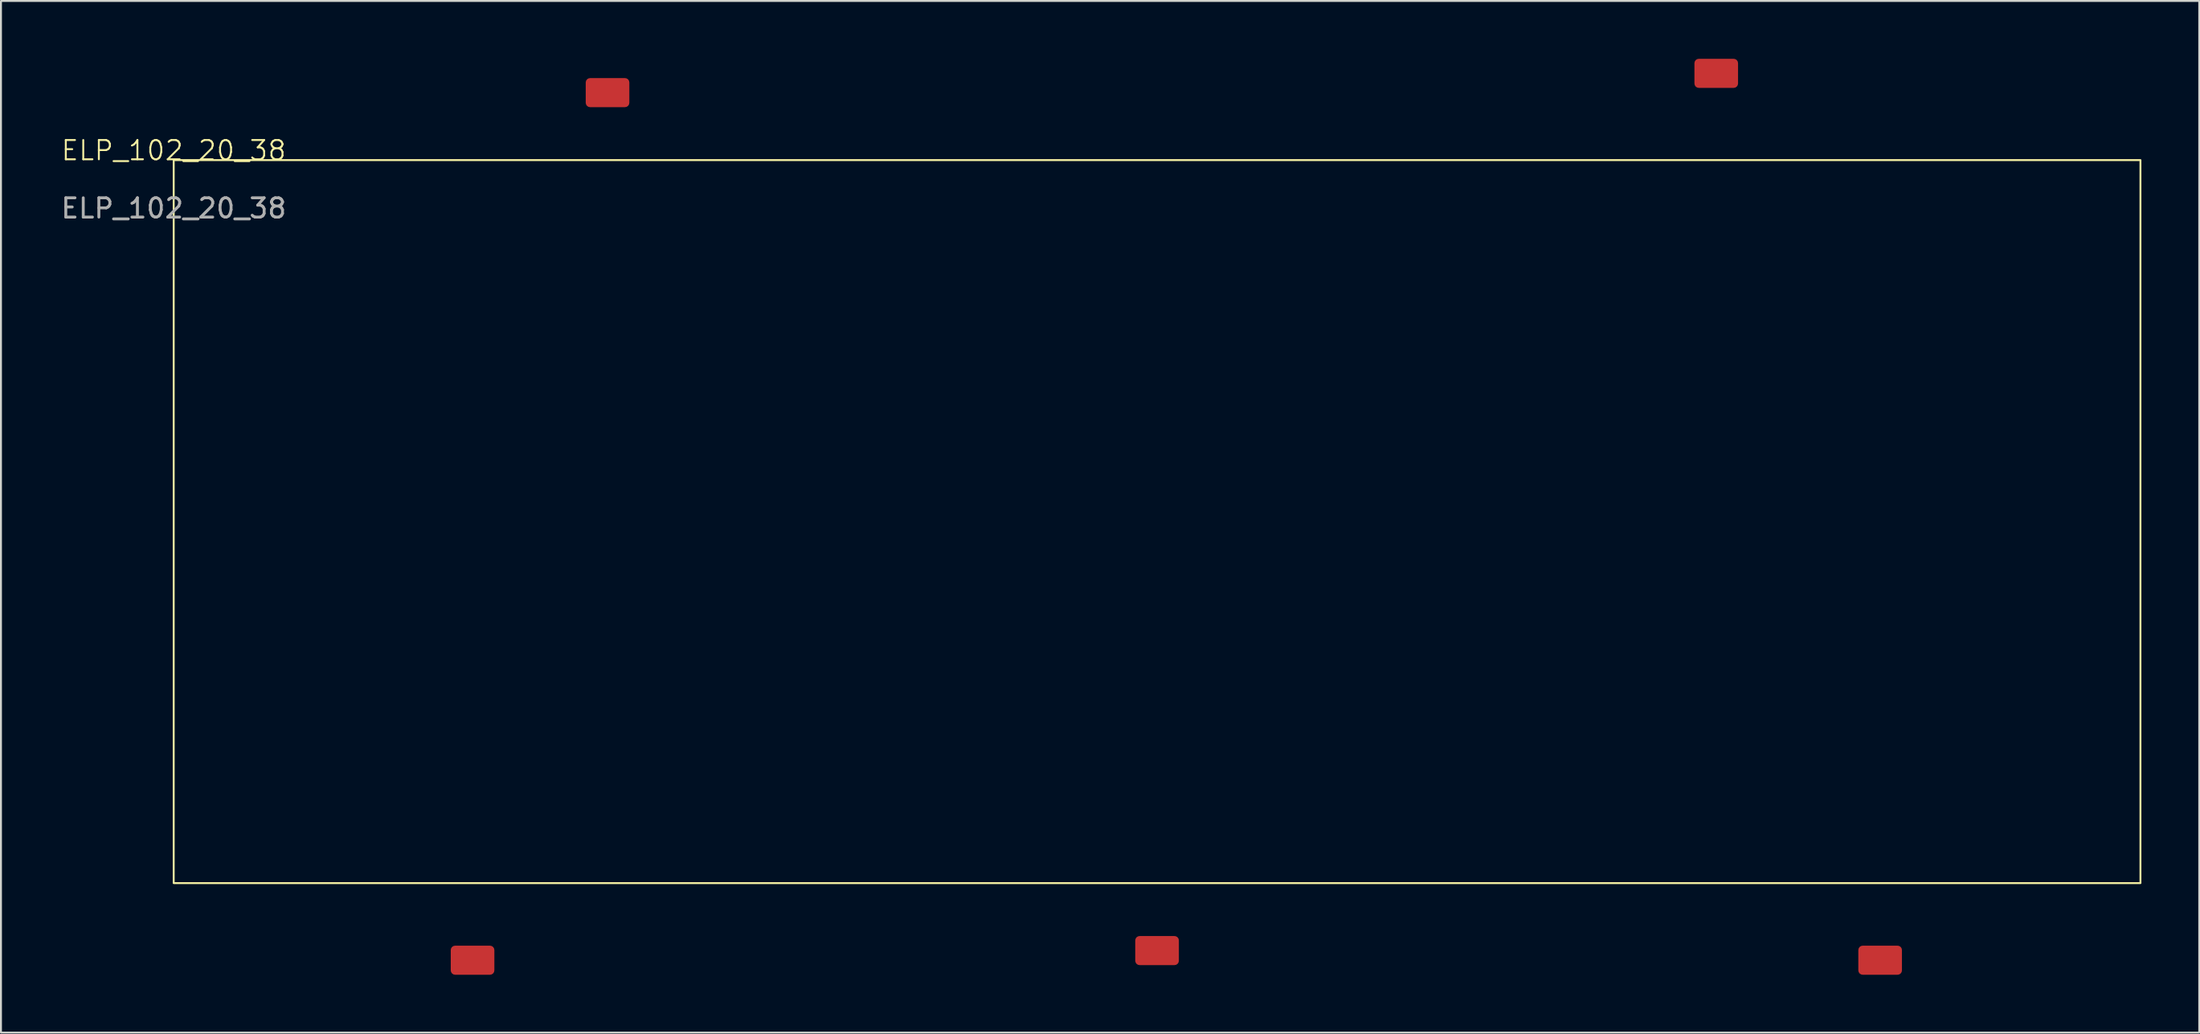
<source format=kicad_pcb>
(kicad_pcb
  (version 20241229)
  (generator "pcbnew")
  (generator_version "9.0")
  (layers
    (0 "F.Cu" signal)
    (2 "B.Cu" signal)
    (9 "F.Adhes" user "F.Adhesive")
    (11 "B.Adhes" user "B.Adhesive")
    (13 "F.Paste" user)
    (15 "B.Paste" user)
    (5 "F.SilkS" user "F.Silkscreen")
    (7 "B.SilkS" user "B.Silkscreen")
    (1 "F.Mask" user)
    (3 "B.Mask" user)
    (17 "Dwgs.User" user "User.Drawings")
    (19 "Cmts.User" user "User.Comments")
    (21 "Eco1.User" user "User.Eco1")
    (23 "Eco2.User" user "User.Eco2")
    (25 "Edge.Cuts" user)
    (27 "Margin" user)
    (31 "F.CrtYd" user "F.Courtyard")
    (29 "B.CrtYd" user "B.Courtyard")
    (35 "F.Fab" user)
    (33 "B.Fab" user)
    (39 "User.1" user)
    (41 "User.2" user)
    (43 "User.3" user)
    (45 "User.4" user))
  (footprint "ELP_102_20_38"
    (layer "F.Cu")
    (at 5.958 5.254)
    (property "Reference" "ELP_102_20_38" (at 0 -0.5 0) (unlocked yes) (layer "F.SilkS") (effects (font (size 1 1) (thickness 0.1))))
    (attr smd)
    (fp_rect (start 0 0) (end 102 37.5) (stroke (width 0.1) (type solid)) (fill no) (layer "F.SilkS"))
    (fp_text user "${REFERENCE}" (at 0 2.5 0) (unlocked yes) (layer "F.Fab") (effects (font (size 1 1) (thickness 0.15))))
    (pad "1" smd roundrect (at 22.5 -3.5) (size 2.262 1.508) (layers "F.Cu" "F.Mask" "F.Paste") (roundrect_rratio 0.15))
    (pad "2" smd roundrect (at 80 -4.5) (size 2.262 1.508) (layers "F.Cu" "F.Mask" "F.Paste") (roundrect_rratio 0.15))
    (pad "3" smd roundrect (at 15.5 41.5) (size 2.262 1.508) (layers "F.Cu" "F.Mask" "F.Paste") (roundrect_rratio 0.15))
    (pad "4" smd roundrect (at 51 41) (size 2.262 1.508) (layers "F.Cu" "F.Mask" "F.Paste") (roundrect_rratio 0.15))
    (pad "5" smd roundrect (at 88.5 41.5) (size 2.262 1.508) (layers "F.Cu" "F.Mask" "F.Paste") (roundrect_rratio 0.15)))
  (gr_rect
    (start -3 -3)
    (end 111.008 50.508)
    (stroke (width 0.1) (type default))
    (fill no)
    (layer "Edge.Cuts")))
</source>
